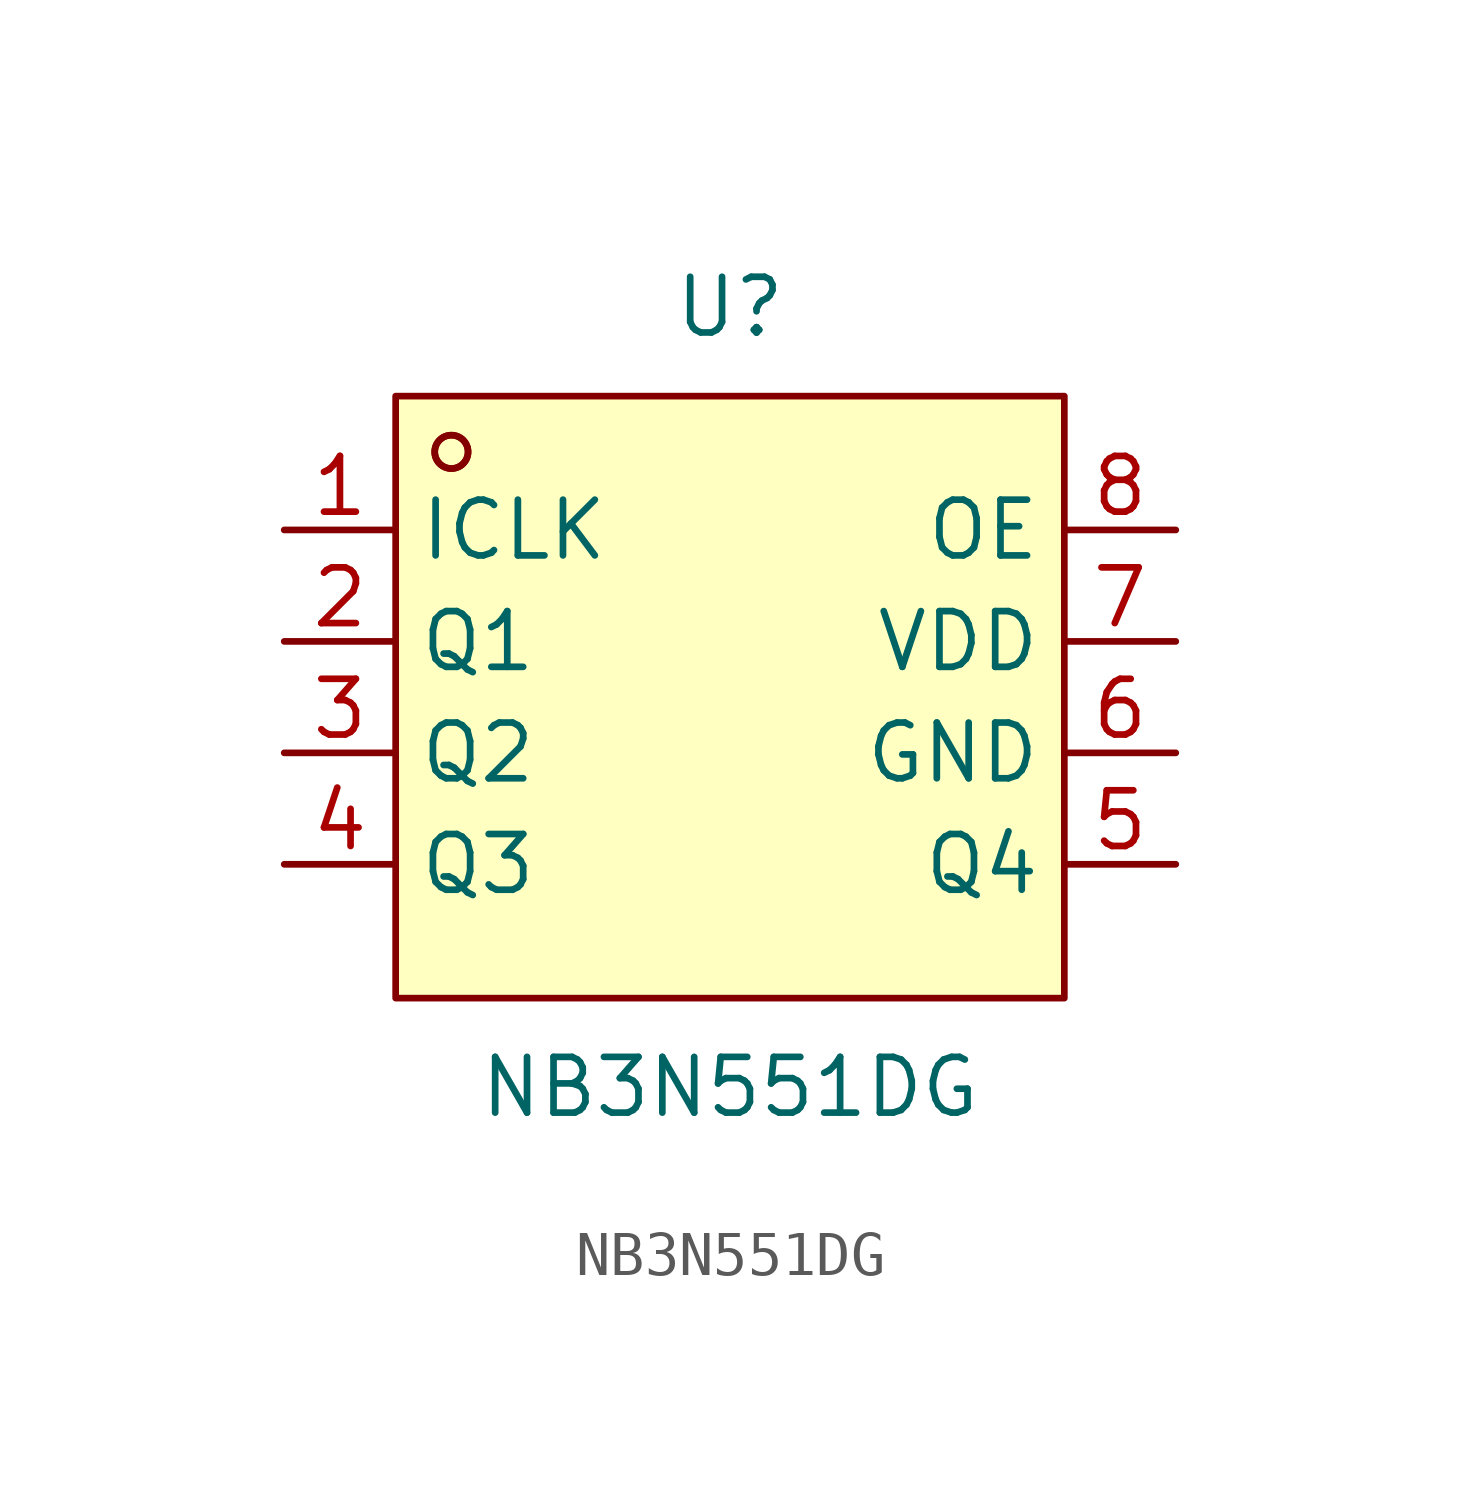
<source format=kicad_sym>
(kicad_symbol_lib
  (version 20241209)
  (generator "kicad_symbol_editor")
  (generator_version "9.0")
  (symbol "NB3N551DG"
    (property "Reference" "U"
      (at 0 8.89 0)
      (effects (font (size 1.27 1.27))))
    (property "Value" "NB3N551DG"
      (at 0 -8.89 0)
      (effects (font (size 1.27 1.27))))
    (symbol "NB3N551DG_0_1"
      (rectangle (start -7.62 6.86) (end 7.62 -6.86) (stroke (width 0) (type default)) (fill (type background)))
      (circle (center -6.35 5.59) (radius 0.38) (stroke (width 0) (type default)) (fill (type none)))
      (circle (center -6.35 5.59) (radius 0.38) (stroke (width 0) (type default)) (fill (type none)))
      (pin unspecified line (at -10.16 3.81 0) (length 2.54) (name "ICLK" (effects (font (size 1.27 1.27)))) (number "1" (effects (font (size 1.27 1.27)))))
      (pin unspecified line (at -10.16 1.27 0) (length 2.54) (name "Q1" (effects (font (size 1.27 1.27)))) (number "2" (effects (font (size 1.27 1.27)))))
      (pin unspecified line (at -10.16 -1.27 0) (length 2.54) (name "Q2" (effects (font (size 1.27 1.27)))) (number "3" (effects (font (size 1.27 1.27)))))
      (pin unspecified line (at -10.16 -3.81 0) (length 2.54) (name "Q3" (effects (font (size 1.27 1.27)))) (number "4" (effects (font (size 1.27 1.27)))))
      (pin unspecified line (at 10.16 3.81 180) (length 2.54) (name "OE" (effects (font (size 1.27 1.27)))) (number "8" (effects (font (size 1.27 1.27)))))
      (pin unspecified line (at 10.16 1.27 180) (length 2.54) (name "VDD" (effects (font (size 1.27 1.27)))) (number "7" (effects (font (size 1.27 1.27)))))
      (pin unspecified line (at 10.16 -1.27 180) (length 2.54) (name "GND" (effects (font (size 1.27 1.27)))) (number "6" (effects (font (size 1.27 1.27)))))
      (pin unspecified line (at 10.16 -3.81 180) (length 2.54) (name "Q4" (effects (font (size 1.27 1.27)))) (number "5" (effects (font (size 1.27 1.27))))))))
</source>
